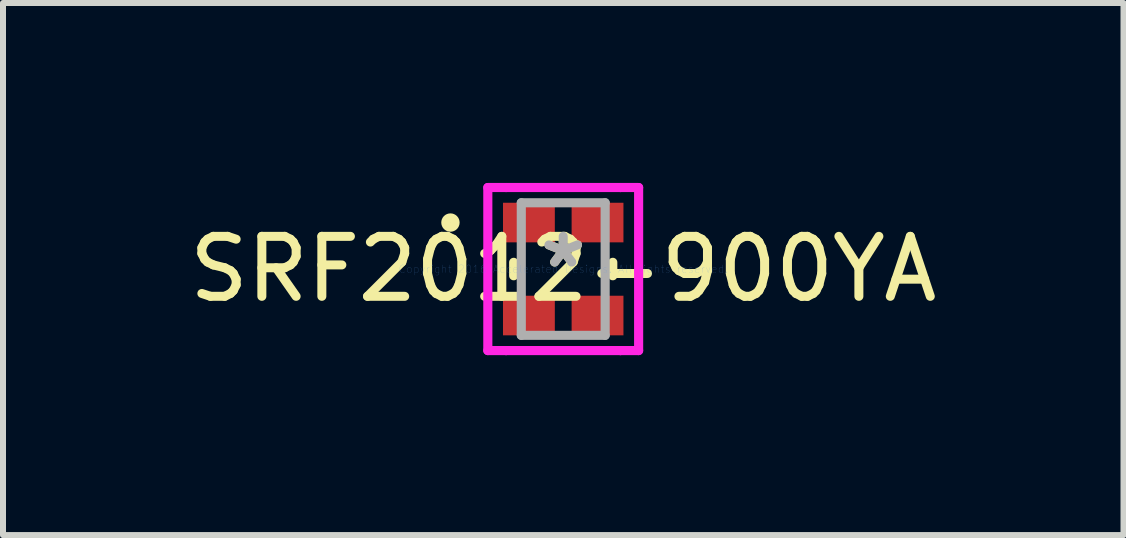
<source format=kicad_pcb>
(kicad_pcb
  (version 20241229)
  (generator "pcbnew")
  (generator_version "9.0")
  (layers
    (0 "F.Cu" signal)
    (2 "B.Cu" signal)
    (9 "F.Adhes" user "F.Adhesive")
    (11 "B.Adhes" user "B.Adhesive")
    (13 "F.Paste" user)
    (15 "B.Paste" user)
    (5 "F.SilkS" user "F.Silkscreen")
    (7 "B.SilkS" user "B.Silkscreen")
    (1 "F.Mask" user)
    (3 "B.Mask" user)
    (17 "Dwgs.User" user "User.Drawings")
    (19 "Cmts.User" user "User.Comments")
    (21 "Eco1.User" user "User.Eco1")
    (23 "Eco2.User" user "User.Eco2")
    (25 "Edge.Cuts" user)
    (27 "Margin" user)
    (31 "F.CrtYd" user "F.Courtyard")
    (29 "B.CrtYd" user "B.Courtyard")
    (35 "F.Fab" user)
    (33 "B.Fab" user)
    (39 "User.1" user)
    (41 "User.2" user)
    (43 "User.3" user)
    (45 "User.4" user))
  (footprint "SRF2012-900YA"
    (layer "F.Cu")
    (at 6.339 1.435)
    (property "Reference" "SRF2012-900YA" (at 0 0 0) (layer "F.SilkS") (effects (font (size 1 1) (thickness 0.15))))
    (attr through_hole)
    (fp_line (start -0.826 -0.112) (end -0.826 0.112) (stroke (width 0.152) (type solid)) (layer "F.SilkS"))
    (fp_line (start 0.826 0.112) (end 0.826 -0.112) (stroke (width 0.152) (type solid)) (layer "F.SilkS"))
    (fp_circle (center -1.88 -0.775) (end -1.803 -0.775) (stroke (width 0.152) (type solid)) (fill no) (layer "F.SilkS"))
    (fp_line (start -1.257 -1.359) (end -0.953 -1.359) (stroke (width 0.152) (type solid)) (layer "F.CrtYd"))
    (fp_line (start -1.257 1.359) (end -1.257 -1.359) (stroke (width 0.152) (type solid)) (layer "F.CrtYd"))
    (fp_line (start -0.953 -1.359) (end -0.953 -1.359) (stroke (width 0.152) (type solid)) (layer "F.CrtYd"))
    (fp_line (start -0.953 -1.359) (end 0.953 -1.359) (stroke (width 0.152) (type solid)) (layer "F.CrtYd"))
    (fp_line (start -0.953 1.359) (end -1.257 1.359) (stroke (width 0.152) (type solid)) (layer "F.CrtYd"))
    (fp_line (start -0.953 1.359) (end -0.953 1.359) (stroke (width 0.152) (type solid)) (layer "F.CrtYd"))
    (fp_line (start 0.953 -1.359) (end 0.953 -1.359) (stroke (width 0.152) (type solid)) (layer "F.CrtYd"))
    (fp_line (start 0.953 -1.359) (end 1.257 -1.359) (stroke (width 0.152) (type solid)) (layer "F.CrtYd"))
    (fp_line (start 0.953 1.359) (end -0.953 1.359) (stroke (width 0.152) (type solid)) (layer "F.CrtYd"))
    (fp_line (start 0.953 1.359) (end 0.953 1.359) (stroke (width 0.152) (type solid)) (layer "F.CrtYd"))
    (fp_line (start 1.257 -1.359) (end 1.257 1.359) (stroke (width 0.152) (type solid)) (layer "F.CrtYd"))
    (fp_line (start 1.257 1.359) (end 0.953 1.359) (stroke (width 0.152) (type solid)) (layer "F.CrtYd"))
    (fp_line (start -0.699 -1.105) (end -0.699 1.105) (stroke (width 0.152) (type solid)) (layer "F.Fab"))
    (fp_line (start -0.699 1.105) (end 0.699 1.105) (stroke (width 0.152) (type solid)) (layer "F.Fab"))
    (fp_line (start 0.699 -1.105) (end -0.699 -1.105) (stroke (width 0.152) (type solid)) (layer "F.Fab"))
    (fp_line (start 0.699 1.105) (end 0.699 -1.105) (stroke (width 0.152) (type solid)) (layer "F.Fab"))
    (fp_text user "*" (at 0 0 0) (layer "F.SilkS") (effects (font (size 1 1) (thickness 0.15))))
    (fp_text user "Copyright 2016 Accelerated Designs. All rights reserved." (at 0 0 0) (layer "Cmts.User") (effects (font (size 0.127 0.127) (thickness 0.002))))
    (fp_text user "*" (at 0 0 0) (layer "F.Fab") (effects (font (size 1 1) (thickness 0.15))))
    (pad "1" smd rect (at -0.572 -0.775) (size 0.864 0.66) (layers "F.Cu" "F.Mask" "F.Paste"))
    (pad "2" smd rect (at -0.572 0.775) (size 0.864 0.66) (layers "F.Cu" "F.Mask" "F.Paste"))
    (pad "3" smd rect (at 0.572 0.775) (size 0.864 0.66) (layers "F.Cu" "F.Mask" "F.Paste"))
    (pad "4" smd rect (at 0.572 -0.775) (size 0.864 0.66) (layers "F.Cu" "F.Mask" "F.Paste")))
  (gr_rect
    (start -3 -3)
    (end 15.679 5.87)
    (stroke (width 0.1) (type default))
    (fill no)
    (layer "Edge.Cuts")))
</source>
